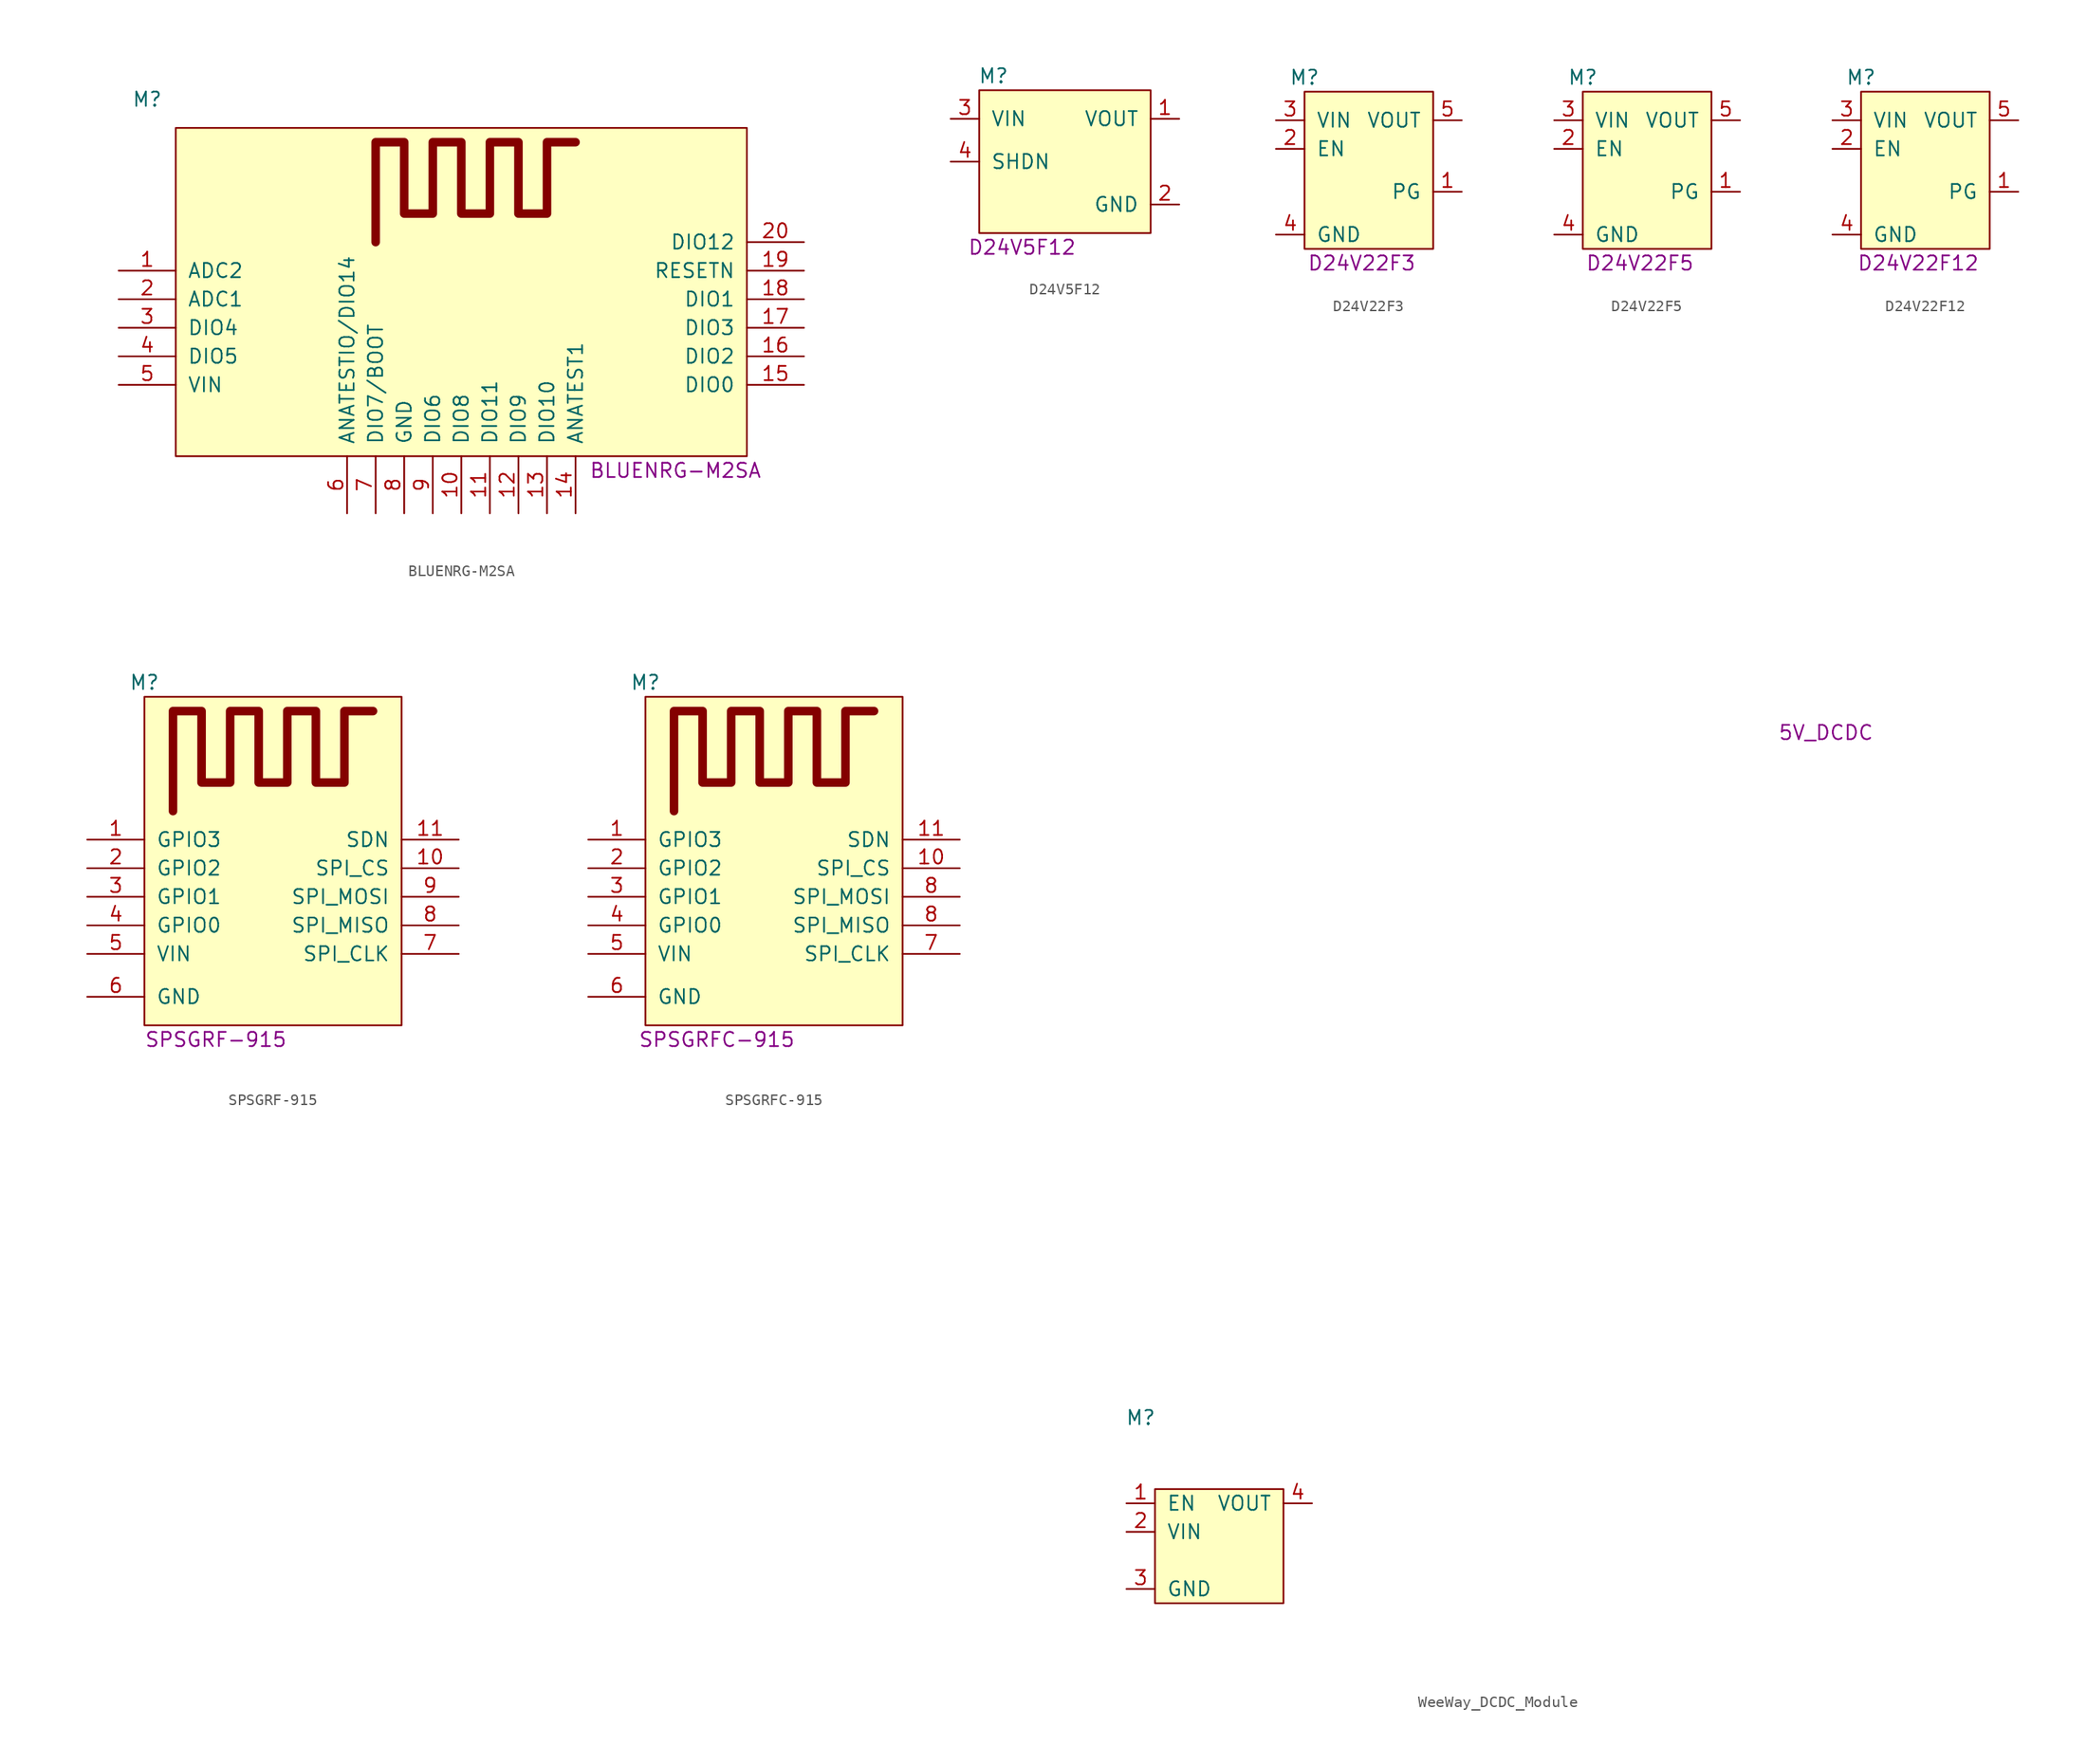
<source format=kicad_sym>
(kicad_symbol_lib
  (version 20220914)
  (generator kicad_symbol_editor)
  (symbol "BLUENRG-M2SA"
    (pin_names
      (offset 1.016))
    (property "Reference" "M"
      (at -2.54 2.54 0)
      (effects (font (size 1.27 1.27))))
    (property "_Value_" "BLUENRG-M2SA"
      (at 44.45 -30.48 0)
      (effects (font (size 1.27 1.27))))
    (symbol "BLUENRG-M2SA_1_1"
      (polyline (pts (xy 17.78 -10.16) (xy 17.78 -1.27) (xy 20.32 -1.27) (xy 20.32 -7.62) (xy 22.86 -7.62) (xy 22.86 -1.27) (xy 25.4 -1.27) (xy 25.4 -7.62) (xy 27.94 -7.62) (xy 27.94 -1.27) (xy 30.48 -1.27) (xy 30.48 -7.62) (xy 33.02 -7.62) (xy 33.02 -1.27) (xy 35.56 -1.27)) (stroke (width 0.762) (type default)) (fill (type none)))
      (rectangle (start 0 0) (end 50.8 -29.21) (stroke (width 0) (type default)) (fill (type background)))
      (pin input line (at -5.08 -12.7 0) (length 5.08) (name "ADC2" (effects (font (size 1.27 1.27)))) (number "1" (effects (font (size 1.27 1.27)))))
      (pin bidirectional line (at 25.4 -34.29 90) (length 5.08) (name "DIO8" (effects (font (size 1.27 1.27)))) (number "10" (effects (font (size 1.27 1.27)))))
      (pin bidirectional line (at 27.94 -34.29 90) (length 5.08) (name "DIO11" (effects (font (size 1.27 1.27)))) (number "11" (effects (font (size 1.27 1.27)))))
      (pin bidirectional line (at 30.48 -34.29 90) (length 5.08) (name "DIO9" (effects (font (size 1.27 1.27)))) (number "12" (effects (font (size 1.27 1.27)))))
      (pin bidirectional line (at 33.02 -34.29 90) (length 5.08) (name "DIO10" (effects (font (size 1.27 1.27)))) (number "13" (effects (font (size 1.27 1.27)))))
      (pin bidirectional line (at 35.56 -34.29 90) (length 5.08) (name "ANATEST1" (effects (font (size 1.27 1.27)))) (number "14" (effects (font (size 1.27 1.27)))))
      (pin bidirectional line (at 55.88 -22.86 180) (length 5.08) (name "DIO0" (effects (font (size 1.27 1.27)))) (number "15" (effects (font (size 1.27 1.27)))))
      (pin bidirectional line (at 55.88 -20.32 180) (length 5.08) (name "DIO2" (effects (font (size 1.27 1.27)))) (number "16" (effects (font (size 1.27 1.27)))))
      (pin bidirectional line (at 55.88 -17.78 180) (length 5.08) (name "DIO3" (effects (font (size 1.27 1.27)))) (number "17" (effects (font (size 1.27 1.27)))))
      (pin bidirectional line (at 55.88 -15.24 180) (length 5.08) (name "DIO1" (effects (font (size 1.27 1.27)))) (number "18" (effects (font (size 1.27 1.27)))))
      (pin bidirectional line (at 55.88 -12.7 180) (length 5.08) (name "RESETN" (effects (font (size 1.27 1.27)))) (number "19" (effects (font (size 1.27 1.27)))))
      (pin input line (at -5.08 -15.24 0) (length 5.08) (name "ADC1" (effects (font (size 1.27 1.27)))) (number "2" (effects (font (size 1.27 1.27)))))
      (pin bidirectional line (at 55.88 -10.16 180) (length 5.08) (name "DIO12" (effects (font (size 1.27 1.27)))) (number "20" (effects (font (size 1.27 1.27)))))
      (pin bidirectional line (at -5.08 -17.78 0) (length 5.08) (name "DIO4" (effects (font (size 1.27 1.27)))) (number "3" (effects (font (size 1.27 1.27)))))
      (pin bidirectional line (at -5.08 -20.32 0) (length 5.08) (name "DIO5" (effects (font (size 1.27 1.27)))) (number "4" (effects (font (size 1.27 1.27)))))
      (pin bidirectional line (at -5.08 -22.86 0) (length 5.08) (name "VIN" (effects (font (size 1.27 1.27)))) (number "5" (effects (font (size 1.27 1.27)))))
      (pin bidirectional line (at 15.24 -34.29 90) (length 5.08) (name "ANATESTIO/DIO14" (effects (font (size 1.27 1.27)))) (number "6" (effects (font (size 1.27 1.27)))))
      (pin bidirectional line (at 17.78 -34.29 90) (length 5.08) (name "DIO7/BOOT" (effects (font (size 1.27 1.27)))) (number "7" (effects (font (size 1.27 1.27)))))
      (pin passive line (at 20.32 -34.29 90) (length 5.08) (name "GND" (effects (font (size 1.27 1.27)))) (number "8" (effects (font (size 1.27 1.27)))))
      (pin bidirectional line (at 22.86 -34.29 90) (length 5.08) (name "DIO6" (effects (font (size 1.27 1.27)))) (number "9" (effects (font (size 1.27 1.27)))))))
  (symbol "D24V5F12"
    (pin_names
      (offset 1.016))
    (property "Reference" "M"
      (at 1.27 1.27 0)
      (effects (font (size 1.27 1.27))))
    (property "_Value_" "D24V5F12"
      (at 3.81 -13.97 0)
      (effects (font (size 1.27 1.27))))
    (symbol "D24V5F12_0_1"
      (rectangle (start 0 0) (end 15.24 -12.7) (stroke (width 0.152) (type default)) (fill (type background))))
    (symbol "D24V5F12_1_1"
      (pin power_out line (at 17.78 -2.54 180) (length 2.54) (name "VOUT" (effects (font (size 1.27 1.27)))) (number "1" (effects (font (size 1.27 1.27)))))
      (pin passive line (at 17.78 -10.16 180) (length 2.54) (name "GND" (effects (font (size 1.27 1.27)))) (number "2" (effects (font (size 1.27 1.27)))))
      (pin power_in line (at -2.54 -2.54 0) (length 2.54) (name "VIN" (effects (font (size 1.27 1.27)))) (number "3" (effects (font (size 1.27 1.27)))))
      (pin input line (at -2.54 -6.35 0) (length 2.54) (name "SHDN" (effects (font (size 1.27 1.27)))) (number "4" (effects (font (size 1.27 1.27)))))))
  (symbol "D24V22F3"
    (pin_names
      (offset 1.016))
    (property "Reference" "M"
      (at 0 15.24 0)
      (effects (font (size 1.27 1.27))))
    (property "_Value_" "D24V22F3"
      (at 5.08 -1.27 0)
      (effects (font (size 1.27 1.27))))
    (symbol "D24V22F3_1_1"
      (rectangle (start 0 13.97) (end 11.43 0) (stroke (width 0) (type default)) (fill (type background)))
      (pin input line (at 13.97 5.08 180) (length 2.54) (name "PG" (effects (font (size 1.27 1.27)))) (number "1" (effects (font (size 1.27 1.27)))))
      (pin input line (at -2.54 8.89 0) (length 2.54) (name "EN" (effects (font (size 1.27 1.27)))) (number "2" (effects (font (size 1.27 1.27)))))
      (pin input line (at -2.54 11.43 0) (length 2.54) (name "VIN" (effects (font (size 1.27 1.27)))) (number "3" (effects (font (size 1.27 1.27)))))
      (pin passive line (at -2.54 1.27 0) (length 2.54) (name "GND" (effects (font (size 1.27 1.27)))) (number "4" (effects (font (size 1.27 1.27)))))
      (pin output line (at 13.97 11.43 180) (length 2.54) (name "VOUT" (effects (font (size 1.27 1.27)))) (number "5" (effects (font (size 1.27 1.27)))))))
  (symbol "D24V22F5"
    (pin_names
      (offset 1.016))
    (property "Reference" "M"
      (at 0 15.24 0)
      (effects (font (size 1.27 1.27))))
    (property "_Value_" "D24V22F5"
      (at 5.08 -1.27 0)
      (effects (font (size 1.27 1.27))))
    (symbol "D24V22F5_1_1"
      (rectangle (start 0 13.97) (end 11.43 0) (stroke (width 0) (type default)) (fill (type background)))
      (pin input line (at 13.97 5.08 180) (length 2.54) (name "PG" (effects (font (size 1.27 1.27)))) (number "1" (effects (font (size 1.27 1.27)))))
      (pin input line (at -2.54 8.89 0) (length 2.54) (name "EN" (effects (font (size 1.27 1.27)))) (number "2" (effects (font (size 1.27 1.27)))))
      (pin input line (at -2.54 11.43 0) (length 2.54) (name "VIN" (effects (font (size 1.27 1.27)))) (number "3" (effects (font (size 1.27 1.27)))))
      (pin passive line (at -2.54 1.27 0) (length 2.54) (name "GND" (effects (font (size 1.27 1.27)))) (number "4" (effects (font (size 1.27 1.27)))))
      (pin output line (at 13.97 11.43 180) (length 2.54) (name "VOUT" (effects (font (size 1.27 1.27)))) (number "5" (effects (font (size 1.27 1.27)))))))
  (symbol "D24V22F12"
    (pin_names
      (offset 1.016))
    (property "Reference" "M"
      (at 0 15.24 0)
      (effects (font (size 1.27 1.27))))
    (property "_Value_" "D24V22F12"
      (at 5.08 -1.27 0)
      (effects (font (size 1.27 1.27))))
    (symbol "D24V22F12_1_1"
      (rectangle (start 0 13.97) (end 11.43 0) (stroke (width 0) (type default)) (fill (type background)))
      (pin input line (at 13.97 5.08 180) (length 2.54) (name "PG" (effects (font (size 1.27 1.27)))) (number "1" (effects (font (size 1.27 1.27)))))
      (pin input line (at -2.54 8.89 0) (length 2.54) (name "EN" (effects (font (size 1.27 1.27)))) (number "2" (effects (font (size 1.27 1.27)))))
      (pin input line (at -2.54 11.43 0) (length 2.54) (name "VIN" (effects (font (size 1.27 1.27)))) (number "3" (effects (font (size 1.27 1.27)))))
      (pin passive line (at -2.54 1.27 0) (length 2.54) (name "GND" (effects (font (size 1.27 1.27)))) (number "4" (effects (font (size 1.27 1.27)))))
      (pin output line (at 13.97 11.43 180) (length 2.54) (name "VOUT" (effects (font (size 1.27 1.27)))) (number "5" (effects (font (size 1.27 1.27)))))))
  (symbol "SPSGRF-915"
    (pin_names
      (offset 1.016))
    (property "Reference" "M"
      (at 0 1.27 0)
      (effects (font (size 1.27 1.27))))
    (property "_Value_" "SPSGRF-915"
      (at 6.35 -30.48 0)
      (effects (font (size 1.27 1.27))))
    (symbol "SPSGRF-915_0_1"
      (rectangle (start 0 0) (end 22.86 -29.21) (stroke (width 0) (type default)) (fill (type background))))
    (symbol "SPSGRF-915_1_1"
      (polyline (pts (xy 2.54 -10.16) (xy 2.54 -1.27) (xy 5.08 -1.27) (xy 5.08 -7.62) (xy 7.62 -7.62) (xy 7.62 -1.27) (xy 10.16 -1.27) (xy 10.16 -7.62) (xy 12.7 -7.62) (xy 12.7 -1.27) (xy 15.24 -1.27) (xy 15.24 -7.62) (xy 17.78 -7.62) (xy 17.78 -1.27) (xy 20.32 -1.27)) (stroke (width 0.762) (type default)) (fill (type none)))
      (pin bidirectional line (at -5.08 -12.7 0) (length 5.08) (name "GPIO3" (effects (font (size 1.27 1.27)))) (number "1" (effects (font (size 1.27 1.27)))))
      (pin output line (at 27.94 -15.24 180) (length 5.08) (name "SPI_CS" (effects (font (size 1.27 1.27)))) (number "10" (effects (font (size 1.27 1.27)))))
      (pin input line (at 27.94 -12.7 180) (length 5.08) (name "SDN" (effects (font (size 1.27 1.27)))) (number "11" (effects (font (size 1.27 1.27)))))
      (pin bidirectional line (at -5.08 -15.24 0) (length 5.08) (name "GPIO2" (effects (font (size 1.27 1.27)))) (number "2" (effects (font (size 1.27 1.27)))))
      (pin bidirectional line (at -5.08 -17.78 0) (length 5.08) (name "GPIO1" (effects (font (size 1.27 1.27)))) (number "3" (effects (font (size 1.27 1.27)))))
      (pin bidirectional line (at -5.08 -20.32 0) (length 5.08) (name "GPIO0" (effects (font (size 1.27 1.27)))) (number "4" (effects (font (size 1.27 1.27)))))
      (pin power_in line (at -5.08 -22.86 0) (length 5.08) (name "VIN" (effects (font (size 1.27 1.27)))) (number "5" (effects (font (size 1.27 1.27)))))
      (pin passive line (at -5.08 -26.67 0) (length 5.08) (name "GND" (effects (font (size 1.27 1.27)))) (number "6" (effects (font (size 1.27 1.27)))))
      (pin output line (at 27.94 -22.86 180) (length 5.08) (name "SPI_CLK" (effects (font (size 1.27 1.27)))) (number "7" (effects (font (size 1.27 1.27)))))
      (pin input line (at 27.94 -20.32 180) (length 5.08) (name "SPI_MISO" (effects (font (size 1.27 1.27)))) (number "8" (effects (font (size 1.27 1.27)))))
      (pin output line (at 27.94 -17.78 180) (length 5.08) (name "SPI_MOSI" (effects (font (size 1.27 1.27)))) (number "9" (effects (font (size 1.27 1.27)))))))
  (symbol "SPSGRFC-915"
    (pin_names
      (offset 1.016))
    (property "Reference" "M"
      (at 0 1.27 0)
      (effects (font (size 1.27 1.27))))
    (property "_Value_" "SPSGRFC-915"
      (at 6.35 -30.48 0)
      (effects (font (size 1.27 1.27))))
    (symbol "SPSGRFC-915_0_1"
      (rectangle (start 0 0) (end 22.86 -29.21) (stroke (width 0) (type default)) (fill (type background))))
    (symbol "SPSGRFC-915_1_1"
      (polyline (pts (xy 2.54 -10.16) (xy 2.54 -1.27) (xy 5.08 -1.27) (xy 5.08 -7.62) (xy 7.62 -7.62) (xy 7.62 -1.27) (xy 10.16 -1.27) (xy 10.16 -7.62) (xy 12.7 -7.62) (xy 12.7 -1.27) (xy 15.24 -1.27) (xy 15.24 -7.62) (xy 17.78 -7.62) (xy 17.78 -1.27) (xy 20.32 -1.27)) (stroke (width 0.762) (type default)) (fill (type none)))
      (pin bidirectional line (at -5.08 -12.7 0) (length 5.08) (name "GPIO3" (effects (font (size 1.27 1.27)))) (number "1" (effects (font (size 1.27 1.27)))))
      (pin output line (at 27.94 -15.24 180) (length 5.08) (name "SPI_CS" (effects (font (size 1.27 1.27)))) (number "10" (effects (font (size 1.27 1.27)))))
      (pin input line (at 27.94 -12.7 180) (length 5.08) (name "SDN" (effects (font (size 1.27 1.27)))) (number "11" (effects (font (size 1.27 1.27)))))
      (pin bidirectional line (at -5.08 -15.24 0) (length 5.08) (name "GPIO2" (effects (font (size 1.27 1.27)))) (number "2" (effects (font (size 1.27 1.27)))))
      (pin bidirectional line (at -5.08 -17.78 0) (length 5.08) (name "GPIO1" (effects (font (size 1.27 1.27)))) (number "3" (effects (font (size 1.27 1.27)))))
      (pin bidirectional line (at -5.08 -20.32 0) (length 5.08) (name "GPIO0" (effects (font (size 1.27 1.27)))) (number "4" (effects (font (size 1.27 1.27)))))
      (pin power_in line (at -5.08 -22.86 0) (length 5.08) (name "VIN" (effects (font (size 1.27 1.27)))) (number "5" (effects (font (size 1.27 1.27)))))
      (pin passive line (at -5.08 -26.67 0) (length 5.08) (name "GND" (effects (font (size 1.27 1.27)))) (number "6" (effects (font (size 1.27 1.27)))))
      (pin output line (at 27.94 -22.86 180) (length 5.08) (name "SPI_CLK" (effects (font (size 1.27 1.27)))) (number "7" (effects (font (size 1.27 1.27)))))
      (pin input line (at 27.94 -20.32 180) (length 5.08) (name "SPI_MISO" (effects (font (size 1.27 1.27)))) (number "8" (effects (font (size 1.27 1.27)))))
      (pin output line (at 27.94 -17.78 180) (length 5.08) (name "SPI_MOSI" (effects (font (size 1.27 1.27)))) (number "8" (effects (font (size 1.27 1.27)))))))
  (symbol "WeeWay_DCDC_Module"
    (pin_names
      (offset 1.016))
    (property "Reference" "M"
      (at -1.27 6.35 0)
      (effects (font (size 1.27 1.27))))
    (property "_Value_" "5V_DCDC"
      (at 59.69 67.31 0)
      (effects (font (size 1.27 1.27))))
    (symbol "WeeWay_DCDC_Module_1_1"
      (rectangle (start 0 0) (end 11.43 -10.16) (stroke (width 0) (type default)) (fill (type background)))
      (pin input line (at -2.54 -1.27 0) (length 2.54) (name "EN" (effects (font (size 1.27 1.27)))) (number "1" (effects (font (size 1.27 1.27)))))
      (pin input line (at -2.54 -3.81 0) (length 2.54) (name "VIN" (effects (font (size 1.27 1.27)))) (number "2" (effects (font (size 1.27 1.27)))))
      (pin power_out line (at -2.54 -8.89 0) (length 2.54) (name "GND" (effects (font (size 1.27 1.27)))) (number "3" (effects (font (size 1.27 1.27)))))
      (pin power_out line (at 13.97 -1.27 180) (length 2.54) (name "VOUT" (effects (font (size 1.27 1.27)))) (number "4" (effects (font (size 1.27 1.27))))))))
</source>
